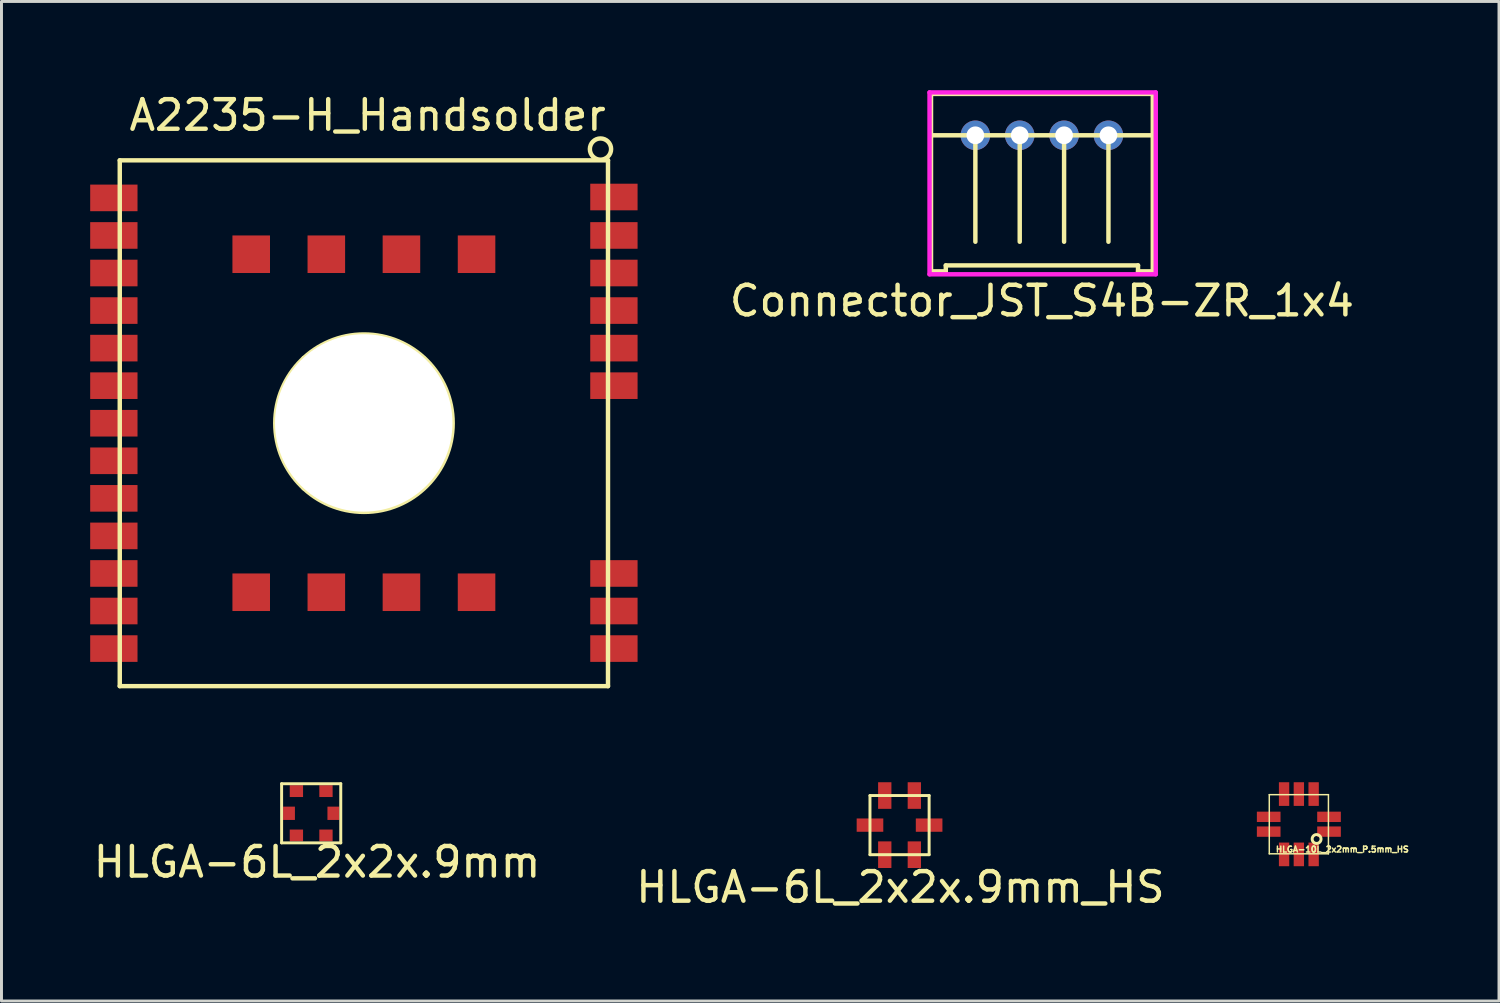
<source format=kicad_pcb>
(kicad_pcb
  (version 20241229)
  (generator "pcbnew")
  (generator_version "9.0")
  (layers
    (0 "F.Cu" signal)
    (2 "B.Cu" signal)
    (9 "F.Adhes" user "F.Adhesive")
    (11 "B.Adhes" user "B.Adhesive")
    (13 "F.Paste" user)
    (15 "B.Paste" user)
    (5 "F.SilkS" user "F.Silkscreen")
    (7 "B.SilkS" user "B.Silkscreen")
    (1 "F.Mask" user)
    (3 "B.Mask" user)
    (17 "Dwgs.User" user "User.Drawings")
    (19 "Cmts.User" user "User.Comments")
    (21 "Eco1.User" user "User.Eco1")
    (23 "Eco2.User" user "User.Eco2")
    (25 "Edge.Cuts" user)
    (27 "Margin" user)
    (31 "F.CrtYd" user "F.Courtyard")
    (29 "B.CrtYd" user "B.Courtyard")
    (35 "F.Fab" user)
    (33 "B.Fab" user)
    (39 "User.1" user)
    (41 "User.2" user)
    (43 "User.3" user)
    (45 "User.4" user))
  (footprint "HLGA-10L_2x2mm_P.5mm_HS"
    (layer "F.Cu")
    (at 40.872 24.822)
    (property "Reference" "HLGA-10L_2x2mm_P.5mm_HS" (at 1.47 0.85 0) (layer "F.SilkS") (effects (font (size 0.2 0.2) (thickness 0.05))))
    (attr through_hole)
    (fp_line (start -1 -1) (end -1 1) (stroke (width 0.05) (type solid)) (layer "F.SilkS"))
    (fp_line (start -1 1) (end 1 1) (stroke (width 0.05) (type solid)) (layer "F.SilkS"))
    (fp_line (start 1 -1) (end -1 -1) (stroke (width 0.05) (type solid)) (layer "F.SilkS"))
    (fp_line (start 1 1) (end 1 -1) (stroke (width 0.05) (type solid)) (layer "F.SilkS"))
    (fp_circle (center 0.6 0.5) (end 0.75 0.5) (stroke (width 0.1) (type solid)) (fill no) (layer "F.SilkS"))
    (pad "1" smd rect (at 1.02 0.25 90) (size 0.35 0.8) (layers "F.Cu" "F.Mask" "F.Paste"))
    (pad "2" smd rect (at 1.02 -0.25 90) (size 0.35 0.8) (layers "F.Cu" "F.Mask" "F.Paste"))
    (pad "3" smd rect (at 0.5 -1.02) (size 0.35 0.8) (layers "F.Cu" "F.Mask" "F.Paste"))
    (pad "4" smd rect (at 0 -1.02) (size 0.35 0.8) (layers "F.Cu" "F.Mask" "F.Paste"))
    (pad "5" smd rect (at -0.5 -1.02) (size 0.35 0.8) (layers "F.Cu" "F.Mask" "F.Paste"))
    (pad "6" smd rect (at -1.02 -0.25 90) (size 0.35 0.8) (layers "F.Cu" "F.Mask" "F.Paste"))
    (pad "7" smd rect (at -1.02 0.25 90) (size 0.35 0.8) (layers "F.Cu" "F.Mask" "F.Paste"))
    (pad "8" smd rect (at -0.5 1.02) (size 0.35 0.8) (layers "F.Cu" "F.Mask" "F.Paste"))
    (pad "9" smd rect (at 0 1.02) (size 0.35 0.8) (layers "F.Cu" "F.Mask" "F.Paste"))
    (pad "10" smd rect (at 0.5 1.02) (size 0.35 0.8) (layers "F.Cu" "F.Mask" "F.Paste")))
  (footprint "A2235-H_Handsolder"
    (layer "F.Cu")
    (at 1 20.152)
    (property "Reference" "A2235-H_Handsolder" (at 8.382 -19.304 0) (layer "F.SilkS") (effects (font (size 1 1) (thickness 0.15))))
    (attr through_hole)
    (fp_line (start 0 -17.78) (end 16.51 -17.78) (stroke (width 0.15) (type solid)) (layer "F.SilkS"))
    (fp_line (start 0 0) (end 0 -17.78) (stroke (width 0.15) (type solid)) (layer "F.SilkS"))
    (fp_line (start 6.218 -11.092) (end 10.278 -6.712) (stroke (width 0.15) (type solid)) (layer "F.SilkS"))
    (fp_line (start 6.218 -6.692) (end 10.288 -11.082) (stroke (width 0.15) (type solid)) (layer "F.SilkS"))
    (fp_line (start 16.51 -17.78) (end 16.51 0) (stroke (width 0.15) (type solid)) (layer "F.SilkS"))
    (fp_line (start 16.51 0) (end 0 0) (stroke (width 0.15) (type solid)) (layer "F.SilkS"))
    (fp_circle (center 8.258 -8.892) (end 8.258 -11.892) (stroke (width 0.15) (type solid)) (fill no) (layer "F.SilkS"))
    (fp_circle (center 16.256 -18.161) (end 16.51 -18.415) (stroke (width 0.15) (type solid)) (fill no) (layer "F.SilkS"))
    (pad "" thru_hole circle (at 8.25 -8.9) (size 6 6) (drill 6) (layers "*.Cu" "F.Mask" "F.Paste"))
    (pad "1" smd rect (at 16.71 -16.54) (size 1.6 0.9) (layers "F.Cu" "F.Mask" "F.Paste"))
    (pad "2" smd rect (at 16.71 -15.24) (size 1.6 0.9) (layers "F.Cu" "F.Mask" "F.Paste"))
    (pad "3" smd rect (at 16.71 -13.97) (size 1.6 0.9) (layers "F.Cu" "F.Mask" "F.Paste"))
    (pad "4" smd rect (at 16.71 -12.7) (size 1.6 0.9) (layers "F.Cu" "F.Mask" "F.Paste"))
    (pad "5" smd rect (at 16.71 -11.43) (size 1.6 0.9) (layers "F.Cu" "F.Mask" "F.Paste"))
    (pad "6" smd rect (at 16.71 -10.16) (size 1.6 0.9) (layers "F.Cu" "F.Mask" "F.Paste"))
    (pad "7" smd rect (at 16.71 -3.81) (size 1.6 0.9) (layers "F.Cu" "F.Mask" "F.Paste"))
    (pad "8" smd rect (at 16.71 -2.54) (size 1.6 0.9) (layers "F.Cu" "F.Mask" "F.Paste"))
    (pad "9" smd rect (at 16.71 -1.27) (size 1.6 0.9) (layers "F.Cu" "F.Mask" "F.Paste"))
    (pad "10" smd rect (at -0.2 -1.27) (size 1.6 0.9) (layers "F.Cu" "F.Mask" "F.Paste"))
    (pad "11" smd rect (at -0.2 -2.54) (size 1.6 0.9) (layers "F.Cu" "F.Mask" "F.Paste"))
    (pad "12" smd rect (at -0.2 -3.81) (size 1.6 0.9) (layers "F.Cu" "F.Mask" "F.Paste"))
    (pad "13" smd rect (at -0.2 -5.08) (size 1.6 0.9) (layers "F.Cu" "F.Mask" "F.Paste"))
    (pad "14" smd rect (at -0.2 -6.35) (size 1.6 0.9) (layers "F.Cu" "F.Mask" "F.Paste"))
    (pad "15" smd rect (at -0.2 -7.62) (size 1.6 0.9) (layers "F.Cu" "F.Mask" "F.Paste"))
    (pad "16" smd rect (at -0.2 -8.89) (size 1.6 0.9) (layers "F.Cu" "F.Mask" "F.Paste"))
    (pad "17" smd rect (at -0.2 -10.16) (size 1.6 0.9) (layers "F.Cu" "F.Mask" "F.Paste"))
    (pad "18" smd rect (at -0.2 -11.43) (size 1.6 0.9) (layers "F.Cu" "F.Mask" "F.Paste"))
    (pad "19" smd rect (at -0.2 -12.7) (size 1.6 0.9) (layers "F.Cu" "F.Mask" "F.Paste"))
    (pad "20" smd rect (at -0.2 -13.97) (size 1.6 0.9) (layers "F.Cu" "F.Mask" "F.Paste"))
    (pad "21" smd rect (at -0.2 -15.24) (size 1.6 0.9) (layers "F.Cu" "F.Mask" "F.Paste"))
    (pad "22" smd rect (at -0.2 -16.51) (size 1.6 0.9) (layers "F.Cu" "F.Mask" "F.Paste"))
    (pad "23" smd rect (at 4.445 -3.175) (size 1.27 1.27) (layers "F.Cu" "F.Mask" "F.Paste"))
    (pad "24" smd rect (at 6.985 -3.175) (size 1.27 1.27) (layers "F.Cu" "F.Mask" "F.Paste"))
    (pad "25" smd rect (at 9.525 -3.175) (size 1.27 1.27) (layers "F.Cu" "F.Mask" "F.Paste"))
    (pad "26" smd rect (at 12.065 -3.175) (size 1.27 1.27) (layers "F.Cu" "F.Mask" "F.Paste"))
    (pad "27" smd rect (at 4.445 -14.605) (size 1.27 1.27) (layers "F.Cu" "F.Mask" "F.Paste"))
    (pad "28" smd rect (at 6.985 -14.605) (size 1.27 1.27) (layers "F.Cu" "F.Mask" "F.Paste"))
    (pad "29" smd rect (at 9.525 -14.605) (size 1.27 1.27) (layers "F.Cu" "F.Mask" "F.Paste"))
    (pad "30" smd rect (at 12.065 -14.605) (size 1.27 1.27) (layers "F.Cu" "F.Mask" "F.Paste")))
  (footprint "Connector_JST_S4B-ZR_1x4"
    (layer "F.Cu")
    (at 32.183 3.275)
    (property "Reference" "Connector_JST_S4B-ZR_1x4" (at 0 3.85 0) (layer "F.SilkS") (effects (font (size 1 1) (thickness 0.15))))
    (attr through_hole)
    (fp_line (start -3.75 -3.15) (end 3.7 -3.15) (stroke (width 0.15) (type solid)) (layer "F.SilkS"))
    (fp_line (start -3.75 -1.75) (end 3.75 -1.75) (stroke (width 0.15) (type solid)) (layer "F.SilkS"))
    (fp_line (start -3.75 2.85) (end -3.75 -3.15) (stroke (width 0.15) (type solid)) (layer "F.SilkS"))
    (fp_line (start -3.75 2.85) (end -3.25 2.85) (stroke (width 0.15) (type solid)) (layer "F.SilkS"))
    (fp_line (start -3.25 2.65) (end 3.25 2.65) (stroke (width 0.15) (type solid)) (layer "F.SilkS"))
    (fp_line (start -3.25 2.85) (end -3.25 2.65) (stroke (width 0.15) (type solid)) (layer "F.SilkS"))
    (fp_line (start -2.25 -1.75) (end -2.25 1.85) (stroke (width 0.15) (type solid)) (layer "F.SilkS"))
    (fp_line (start -0.75 -1.75) (end -0.75 1.85) (stroke (width 0.15) (type solid)) (layer "F.SilkS"))
    (fp_line (start 0.75 -1.75) (end 0.75 1.85) (stroke (width 0.15) (type solid)) (layer "F.SilkS"))
    (fp_line (start 2.25 -1.75) (end 2.25 1.85) (stroke (width 0.15) (type solid)) (layer "F.SilkS"))
    (fp_line (start 3.25 2.65) (end 3.25 2.85) (stroke (width 0.15) (type solid)) (layer "F.SilkS"))
    (fp_line (start 3.7 -3.15) (end 3.75 -3.15) (stroke (width 0.15) (type solid)) (layer "F.SilkS"))
    (fp_line (start 3.75 -3.15) (end 3.75 2.85) (stroke (width 0.15) (type solid)) (layer "F.SilkS"))
    (fp_line (start 3.75 2.85) (end 3.25 2.85) (stroke (width 0.15) (type solid)) (layer "F.SilkS"))
    (fp_line (start -3.8 -3.2) (end 3.85 -3.2) (stroke (width 0.15) (type solid)) (layer "F.CrtYd"))
    (fp_line (start -3.8 2.95) (end -3.8 -3.2) (stroke (width 0.15) (type solid)) (layer "F.CrtYd"))
    (fp_line (start 3.85 -3.2) (end 3.85 2.95) (stroke (width 0.15) (type solid)) (layer "F.CrtYd"))
    (fp_line (start 3.85 2.95) (end -3.8 2.95) (stroke (width 0.15) (type solid)) (layer "F.CrtYd"))
    (pad "1" thru_hole circle (at -2.25 -1.75) (size 1 1) (drill 0.6) (layers "*.Cu" "*.Mask"))
    (pad "2" thru_hole circle (at -0.75 -1.75) (size 1 1) (drill 0.6) (layers "*.Cu" "*.Mask"))
    (pad "3" thru_hole circle (at 0.75 -1.75 90) (size 1 1) (drill 0.6) (layers "*.Cu" "*.Mask"))
    (pad "4" thru_hole circle (at 2.25 -1.75) (size 1 1) (drill 0.6) (layers "*.Cu" "*.Mask")))
  (footprint "HLGA-6L_2x2x.9mm"
    (layer "F.Cu")
    (at 7.473 24.452)
    (property "Reference" "HLGA-6L_2x2x.9mm" (at 0.2 1.65 0) (layer "F.SilkS") (effects (font (size 1 1) (thickness 0.15))))
    (attr through_hole)
    (fp_line (start -1 -1) (end -1 1) (stroke (width 0.1) (type solid)) (layer "F.SilkS"))
    (fp_line (start -1 -1) (end 1 -1) (stroke (width 0.1) (type solid)) (layer "F.SilkS"))
    (fp_line (start 1 1) (end -1 1) (stroke (width 0.1) (type solid)) (layer "F.SilkS"))
    (fp_line (start 1 1) (end 1 -1) (stroke (width 0.1) (type solid)) (layer "F.SilkS"))
    (pad "1" smd rect (at 0.5 -0.75 90) (size 0.4 0.45) (layers "F.Cu" "F.Mask" "F.Paste"))
    (pad "2" smd rect (at -0.5 -0.75 90) (size 0.4 0.45) (layers "F.Cu" "F.Mask" "F.Paste"))
    (pad "3" smd rect (at -0.75 0 90) (size 0.45 0.4) (layers "F.Cu" "F.Mask" "F.Paste"))
    (pad "4" smd rect (at -0.5 0.75 90) (size 0.4 0.45) (layers "F.Cu" "F.Mask" "F.Paste"))
    (pad "5" smd rect (at 0.5 0.75 90) (size 0.4 0.45) (layers "F.Cu" "F.Mask" "F.Paste"))
    (pad "6" smd rect (at 0.75 0 90) (size 0.45 0.4) (layers "F.Cu" "F.Mask" "F.Paste")))
  (footprint "HLGA-6L_2x2x.9mm_HS"
    (layer "F.Cu")
    (at 27.369 24.852)
    (property "Reference" "HLGA-6L_2x2x.9mm_HS" (at 0.03 2.1 0) (layer "F.SilkS") (effects (font (size 1 1) (thickness 0.15))))
    (attr through_hole)
    (fp_line (start -1 -1) (end -1 1) (stroke (width 0.1) (type solid)) (layer "F.SilkS"))
    (fp_line (start -1 -1) (end 1 -1) (stroke (width 0.1) (type solid)) (layer "F.SilkS"))
    (fp_line (start 1 1) (end -1 1) (stroke (width 0.1) (type solid)) (layer "F.SilkS"))
    (fp_line (start 1 1) (end 1 -1) (stroke (width 0.1) (type solid)) (layer "F.SilkS"))
    (pad "1" smd rect (at 0.5 -1 90) (size 0.9 0.45) (layers "F.Cu" "F.Mask" "F.Paste"))
    (pad "2" smd rect (at -0.5 -1 90) (size 0.9 0.45) (layers "F.Cu" "F.Mask" "F.Paste"))
    (pad "3" smd rect (at -1 0 90) (size 0.45 0.9) (layers "F.Cu" "F.Mask" "F.Paste"))
    (pad "4" smd rect (at -0.5 1 90) (size 0.9 0.45) (layers "F.Cu" "F.Mask" "F.Paste"))
    (pad "5" smd rect (at 0.5 1 90) (size 0.9 0.45) (layers "F.Cu" "F.Mask" "F.Paste"))
    (pad "6" smd rect (at 1 0 90) (size 0.45 0.9) (layers "F.Cu" "F.Mask" "F.Paste")))
  (gr_rect
    (start -3 -3)
    (end 47.64 30.8)
    (stroke (width 0.1) (type default))
    (fill no)
    (layer "Edge.Cuts")))
</source>
